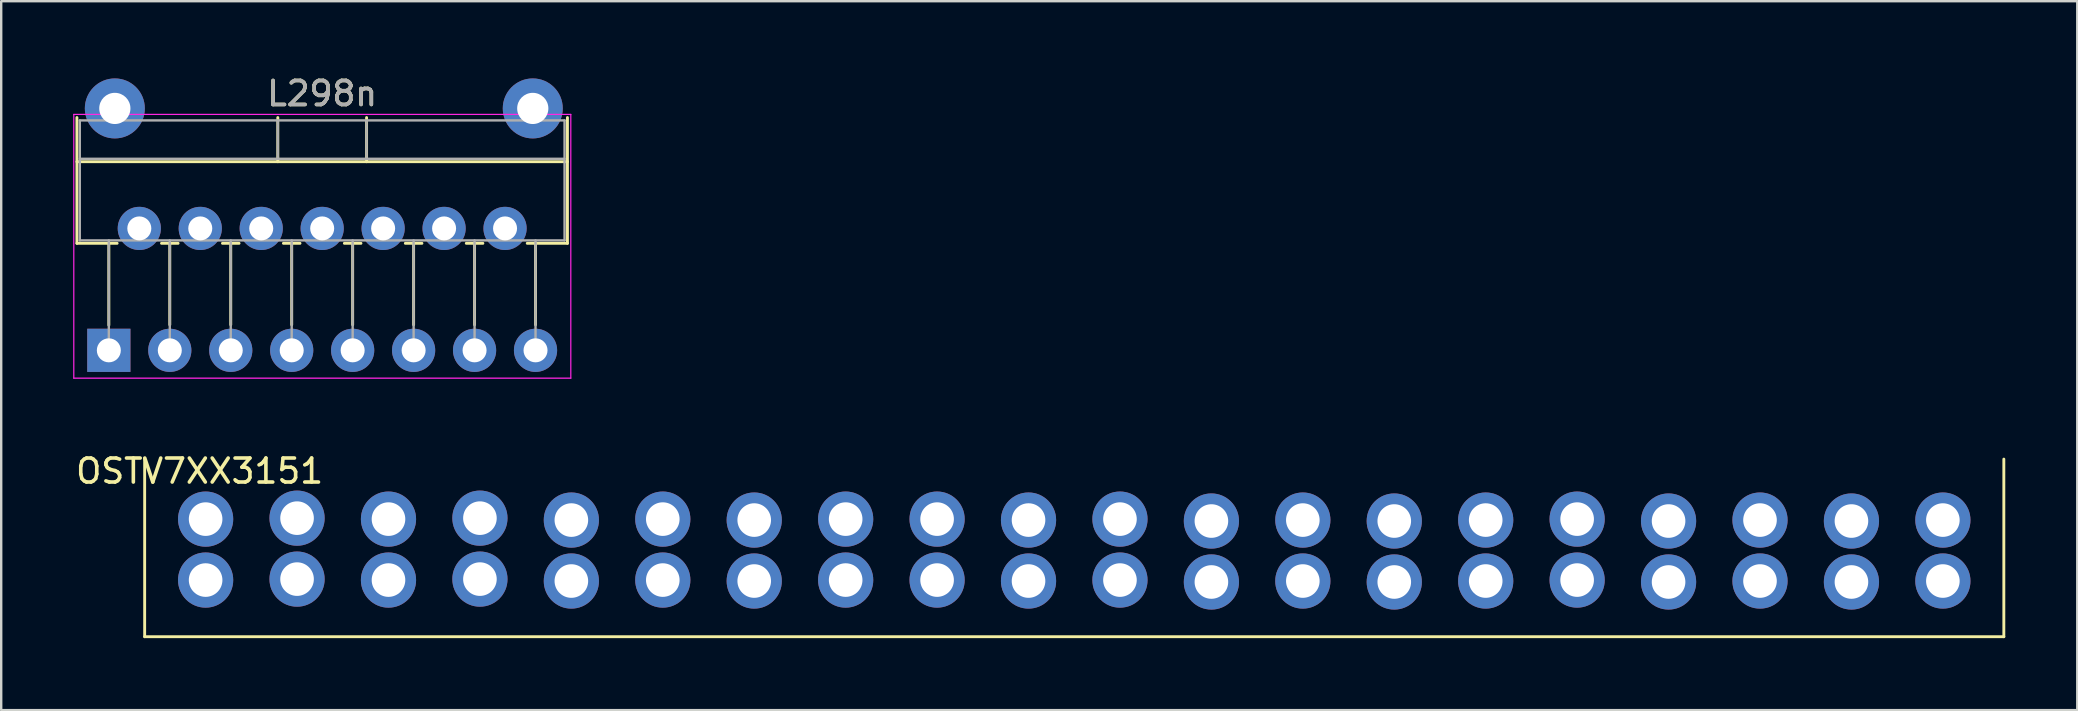
<source format=kicad_pcb>
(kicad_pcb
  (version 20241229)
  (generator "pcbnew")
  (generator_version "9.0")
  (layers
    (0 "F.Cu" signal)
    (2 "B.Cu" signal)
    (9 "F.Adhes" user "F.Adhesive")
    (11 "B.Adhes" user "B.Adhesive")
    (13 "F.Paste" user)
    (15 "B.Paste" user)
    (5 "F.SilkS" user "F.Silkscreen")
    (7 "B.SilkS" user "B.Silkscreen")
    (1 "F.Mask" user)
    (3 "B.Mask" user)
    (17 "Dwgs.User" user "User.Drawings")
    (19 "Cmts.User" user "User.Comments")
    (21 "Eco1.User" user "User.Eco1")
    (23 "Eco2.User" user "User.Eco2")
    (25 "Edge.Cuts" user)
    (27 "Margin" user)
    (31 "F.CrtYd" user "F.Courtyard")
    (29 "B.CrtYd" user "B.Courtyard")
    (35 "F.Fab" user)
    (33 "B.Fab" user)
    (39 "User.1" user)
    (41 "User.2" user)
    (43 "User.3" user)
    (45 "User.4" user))
  (footprint "L298n"
    (layer "F.Cu")
    (at 1.485 11.548)
    (property "Reference" "L298n" (at 8.89 -10.7 0) (layer "F.SilkS") (effects (font (size 1 1) (thickness 0.15))))
    (attr through_hole)
    (fp_line (start -1.33 -9.7) (end -1.33 -4.459) (stroke (width 0.12) (type solid)) (layer "F.SilkS"))
    (fp_line (start -1.33 -7.86) (end 19.11 -7.86) (stroke (width 0.12) (type solid)) (layer "F.SilkS"))
    (fp_line (start -1.33 -4.459) (end 0.346 -4.459) (stroke (width 0.12) (type solid)) (layer "F.SilkS"))
    (fp_line (start 0 -4.459) (end 0 -1.05) (stroke (width 0.12) (type solid)) (layer "F.SilkS"))
    (fp_line (start 2.195 -4.459) (end 2.886 -4.459) (stroke (width 0.12) (type solid)) (layer "F.SilkS"))
    (fp_line (start 2.54 -4.459) (end 2.54 -1.065) (stroke (width 0.12) (type solid)) (layer "F.SilkS"))
    (fp_line (start 4.735 -4.459) (end 5.426 -4.459) (stroke (width 0.12) (type solid)) (layer "F.SilkS"))
    (fp_line (start 5.08 -4.459) (end 5.08 -1.065) (stroke (width 0.12) (type solid)) (layer "F.SilkS"))
    (fp_line (start 7.041 -9.7) (end 7.041 -7.86) (stroke (width 0.12) (type solid)) (layer "F.SilkS"))
    (fp_line (start 7.275 -4.459) (end 7.966 -4.459) (stroke (width 0.12) (type solid)) (layer "F.SilkS"))
    (fp_line (start 7.62 -4.459) (end 7.62 -1.065) (stroke (width 0.12) (type solid)) (layer "F.SilkS"))
    (fp_line (start 9.815 -4.459) (end 10.506 -4.459) (stroke (width 0.12) (type solid)) (layer "F.SilkS"))
    (fp_line (start 10.16 -4.459) (end 10.16 -1.065) (stroke (width 0.12) (type solid)) (layer "F.SilkS"))
    (fp_line (start 10.74 -9.7) (end 10.74 -7.86) (stroke (width 0.12) (type solid)) (layer "F.SilkS"))
    (fp_line (start 12.355 -4.459) (end 13.046 -4.459) (stroke (width 0.12) (type solid)) (layer "F.SilkS"))
    (fp_line (start 12.7 -4.459) (end 12.7 -1.065) (stroke (width 0.12) (type solid)) (layer "F.SilkS"))
    (fp_line (start 14.895 -4.459) (end 15.586 -4.459) (stroke (width 0.12) (type solid)) (layer "F.SilkS"))
    (fp_line (start 15.24 -4.459) (end 15.24 -1.065) (stroke (width 0.12) (type solid)) (layer "F.SilkS"))
    (fp_line (start 17.435 -4.459) (end 19.11 -4.459) (stroke (width 0.12) (type solid)) (layer "F.SilkS"))
    (fp_line (start 17.78 -4.459) (end 17.78 -1.065) (stroke (width 0.12) (type solid)) (layer "F.SilkS"))
    (fp_line (start 19.11 -9.7) (end 19.11 -4.459) (stroke (width 0.12) (type solid)) (layer "F.SilkS"))
    (fp_line (start -1.46 -9.83) (end -1.46 1.16) (stroke (width 0.05) (type solid)) (layer "F.CrtYd"))
    (fp_line (start -1.46 1.16) (end 19.25 1.16) (stroke (width 0.05) (type solid)) (layer "F.CrtYd"))
    (fp_line (start 19.25 -9.83) (end -1.46 -9.83) (stroke (width 0.05) (type solid)) (layer "F.CrtYd"))
    (fp_line (start 19.25 1.16) (end 19.25 -9.83) (stroke (width 0.05) (type solid)) (layer "F.CrtYd"))
    (fp_line (start -1.21 -9.58) (end -1.21 -4.58) (stroke (width 0.1) (type solid)) (layer "F.Fab"))
    (fp_line (start -1.21 -7.98) (end 18.99 -7.98) (stroke (width 0.1) (type solid)) (layer "F.Fab"))
    (fp_line (start -1.21 -4.58) (end 18.99 -4.58) (stroke (width 0.1) (type solid)) (layer "F.Fab"))
    (fp_line (start 0 -4.58) (end 0 0) (stroke (width 0.1) (type solid)) (layer "F.Fab"))
    (fp_line (start 2.54 -4.58) (end 2.54 0) (stroke (width 0.1) (type solid)) (layer "F.Fab"))
    (fp_line (start 5.08 -4.58) (end 5.08 0) (stroke (width 0.1) (type solid)) (layer "F.Fab"))
    (fp_line (start 7.04 -9.58) (end 7.04 -7.98) (stroke (width 0.1) (type solid)) (layer "F.Fab"))
    (fp_line (start 7.62 -4.58) (end 7.62 0) (stroke (width 0.1) (type solid)) (layer "F.Fab"))
    (fp_line (start 10.16 -4.58) (end 10.16 0) (stroke (width 0.1) (type solid)) (layer "F.Fab"))
    (fp_line (start 10.74 -9.58) (end 10.74 -7.98) (stroke (width 0.1) (type solid)) (layer "F.Fab"))
    (fp_line (start 12.7 -4.58) (end 12.7 0) (stroke (width 0.1) (type solid)) (layer "F.Fab"))
    (fp_line (start 15.24 -4.58) (end 15.24 0) (stroke (width 0.1) (type solid)) (layer "F.Fab"))
    (fp_line (start 17.78 -4.58) (end 17.78 0) (stroke (width 0.1) (type solid)) (layer "F.Fab"))
    (fp_line (start 18.99 -9.58) (end -1.21 -9.58) (stroke (width 0.1) (type solid)) (layer "F.Fab"))
    (fp_line (start 18.99 -4.58) (end 18.99 -9.58) (stroke (width 0.1) (type solid)) (layer "F.Fab"))
    (fp_text user "${REFERENCE}" (at 8.89 -10.7 0) (layer "F.Fab") (effects (font (size 1 1) (thickness 0.15))))
    (pad "1" thru_hole rect (at 0 0) (size 1.8 1.8) (drill 1) (layers "*.Cu" "*.Mask"))
    (pad "2" thru_hole oval (at 1.27 -5.08) (size 1.8 1.8) (drill 1) (layers "*.Cu" "*.Mask"))
    (pad "3" thru_hole oval (at 2.54 0) (size 1.8 1.8) (drill 1) (layers "*.Cu" "*.Mask"))
    (pad "4" thru_hole oval (at 3.81 -5.08) (size 1.8 1.8) (drill 1) (layers "*.Cu" "*.Mask"))
    (pad "5" thru_hole oval (at 5.08 0) (size 1.8 1.8) (drill 1) (layers "*.Cu" "*.Mask"))
    (pad "6" thru_hole oval (at 6.35 -5.08) (size 1.8 1.8) (drill 1) (layers "*.Cu" "*.Mask"))
    (pad "7" thru_hole oval (at 7.62 0) (size 1.8 1.8) (drill 1) (layers "*.Cu" "*.Mask"))
    (pad "8" thru_hole circle (at 0.25 -10.08) (size 2.5 2.5) (drill 1.3) (layers "*.Cu" "*.Mask"))
    (pad "8" thru_hole oval (at 8.89 -5.08) (size 1.8 1.8) (drill 1) (layers "*.Cu" "*.Mask"))
    (pad "8" thru_hole circle (at 17.665 -10.08) (size 2.5 2.5) (drill 1.3) (layers "*.Cu" "*.Mask"))
    (pad "9" thru_hole oval (at 10.16 0) (size 1.8 1.8) (drill 1) (layers "*.Cu" "*.Mask"))
    (pad "10" thru_hole oval (at 11.43 -5.08) (size 1.8 1.8) (drill 1) (layers "*.Cu" "*.Mask"))
    (pad "11" thru_hole oval (at 12.7 0) (size 1.8 1.8) (drill 1) (layers "*.Cu" "*.Mask"))
    (pad "12" thru_hole oval (at 13.97 -5.08) (size 1.8 1.8) (drill 1) (layers "*.Cu" "*.Mask"))
    (pad "13" thru_hole oval (at 15.24 0) (size 1.8 1.8) (drill 1) (layers "*.Cu" "*.Mask"))
    (pad "14" thru_hole oval (at 16.51 -5.08) (size 1.8 1.8) (drill 1) (layers "*.Cu" "*.Mask"))
    (pad "15" thru_hole oval (at 17.78 0) (size 1.8 1.8) (drill 1) (layers "*.Cu" "*.Mask")))
  (footprint "OSTV7XX3151"
    (layer "F.Cu")
    (at 5.518 18.581)
    (property "Reference" "OSTV7XX3151" (at -0.25 -2 0) (unlocked yes) (layer "F.SilkS") (effects (font (size 1 1) (thickness 0.15))))
    (attr through_hole)
    (fp_line (start -2.54 -2.5) (end -2.54 4.9) (stroke (width 0.12) (type solid)) (layer "F.SilkS"))
    (fp_line (start -2.54 4.9) (end 74.93 4.9) (stroke (width 0.12) (type solid)) (layer "F.SilkS"))
    (fp_line (start 74.93 4.9) (end 74.93 -2.5) (stroke (width 0.12) (type solid)) (layer "F.SilkS"))
    (pad "1" thru_hole circle (at 0 0) (size 2.3 2.3) (drill 1.4) (layers "*.Cu" "*.Mask"))
    (pad "1" thru_hole circle (at 0 2.54) (size 2.3 2.3) (drill 1.4) (layers "*.Cu" "*.Mask"))
    (pad "2" thru_hole circle (at 3.81 -0.04) (size 2.3 2.3) (drill 1.4) (layers "*.Cu" "*.Mask"))
    (pad "2" thru_hole circle (at 3.81 2.5) (size 2.3 2.3) (drill 1.4) (layers "*.Cu" "*.Mask"))
    (pad "3" thru_hole circle (at 7.62 0) (size 2.3 2.3) (drill 1.4) (layers "*.Cu" "*.Mask"))
    (pad "3" thru_hole circle (at 7.62 2.54) (size 2.3 2.3) (drill 1.4) (layers "*.Cu" "*.Mask"))
    (pad "4" thru_hole circle (at 11.43 -0.04) (size 2.3 2.3) (drill 1.4) (layers "*.Cu" "*.Mask"))
    (pad "4" thru_hole circle (at 11.43 2.5) (size 2.3 2.3) (drill 1.4) (layers "*.Cu" "*.Mask"))
    (pad "5" thru_hole circle (at 15.24 0.04) (size 2.3 2.3) (drill 1.4) (layers "*.Cu" "*.Mask"))
    (pad "5" thru_hole circle (at 15.24 2.58) (size 2.3 2.3) (drill 1.4) (layers "*.Cu" "*.Mask"))
    (pad "6" thru_hole circle (at 19.05 0) (size 2.3 2.3) (drill 1.4) (layers "*.Cu" "*.Mask"))
    (pad "6" thru_hole circle (at 19.05 2.54) (size 2.3 2.3) (drill 1.4) (layers "*.Cu" "*.Mask"))
    (pad "7" thru_hole circle (at 22.86 0.04) (size 2.3 2.3) (drill 1.4) (layers "*.Cu" "*.Mask"))
    (pad "7" thru_hole circle (at 22.86 2.58) (size 2.3 2.3) (drill 1.4) (layers "*.Cu" "*.Mask"))
    (pad "8" thru_hole circle (at 26.67 0) (size 2.3 2.3) (drill 1.4) (layers "*.Cu" "*.Mask"))
    (pad "8" thru_hole circle (at 26.67 2.54) (size 2.3 2.3) (drill 1.4) (layers "*.Cu" "*.Mask"))
    (pad "9" thru_hole circle (at 30.48 0) (size 2.3 2.3) (drill 1.4) (layers "*.Cu" "*.Mask"))
    (pad "9" thru_hole circle (at 30.48 2.54) (size 2.3 2.3) (drill 1.4) (layers "*.Cu" "*.Mask"))
    (pad "10" thru_hole circle (at 34.29 0.04) (size 2.3 2.3) (drill 1.4) (layers "*.Cu" "*.Mask"))
    (pad "10" thru_hole circle (at 34.29 2.58) (size 2.3 2.3) (drill 1.4) (layers "*.Cu" "*.Mask"))
    (pad "11" thru_hole circle (at 38.1 0) (size 2.3 2.3) (drill 1.4) (layers "*.Cu" "*.Mask"))
    (pad "11" thru_hole circle (at 38.1 2.54) (size 2.3 2.3) (drill 1.4) (layers "*.Cu" "*.Mask"))
    (pad "12" thru_hole circle (at 41.91 0.08) (size 2.3 2.3) (drill 1.4) (layers "*.Cu" "*.Mask"))
    (pad "12" thru_hole circle (at 41.91 2.62) (size 2.3 2.3) (drill 1.4) (layers "*.Cu" "*.Mask"))
    (pad "13" thru_hole circle (at 45.72 0.04) (size 2.3 2.3) (drill 1.4) (layers "*.Cu" "*.Mask"))
    (pad "13" thru_hole circle (at 45.72 2.58) (size 2.3 2.3) (drill 1.4) (layers "*.Cu" "*.Mask"))
    (pad "14" thru_hole circle (at 49.53 0.08) (size 2.3 2.3) (drill 1.4) (layers "*.Cu" "*.Mask"))
    (pad "14" thru_hole circle (at 49.53 2.62) (size 2.3 2.3) (drill 1.4) (layers "*.Cu" "*.Mask"))
    (pad "15" thru_hole circle (at 53.34 0.04) (size 2.3 2.3) (drill 1.4) (layers "*.Cu" "*.Mask"))
    (pad "15" thru_hole circle (at 53.34 2.58) (size 2.3 2.3) (drill 1.4) (layers "*.Cu" "*.Mask"))
    (pad "16" thru_hole circle (at 57.15 0) (size 2.3 2.3) (drill 1.4) (layers "*.Cu" "*.Mask"))
    (pad "16" thru_hole circle (at 57.15 2.54) (size 2.3 2.3) (drill 1.4) (layers "*.Cu" "*.Mask"))
    (pad "17" thru_hole circle (at 60.96 0.08) (size 2.3 2.3) (drill 1.4) (layers "*.Cu" "*.Mask"))
    (pad "17" thru_hole circle (at 60.96 2.62) (size 2.3 2.3) (drill 1.4) (layers "*.Cu" "*.Mask"))
    (pad "18" thru_hole circle (at 64.77 0.04) (size 2.3 2.3) (drill 1.4) (layers "*.Cu" "*.Mask"))
    (pad "18" thru_hole circle (at 64.77 2.58) (size 2.3 2.3) (drill 1.4) (layers "*.Cu" "*.Mask"))
    (pad "19" thru_hole circle (at 68.58 0.08) (size 2.3 2.3) (drill 1.4) (layers "*.Cu" "*.Mask"))
    (pad "19" thru_hole circle (at 68.58 2.62) (size 2.3 2.3) (drill 1.4) (layers "*.Cu" "*.Mask"))
    (pad "20" thru_hole circle (at 72.39 0.04) (size 2.3 2.3) (drill 1.4) (layers "*.Cu" "*.Mask"))
    (pad "20" thru_hole circle (at 72.39 2.58) (size 2.3 2.3) (drill 1.4) (layers "*.Cu" "*.Mask")))
  (gr_rect
    (start -3 -3)
    (end 83.508 26.541)
    (stroke (width 0.1) (type default))
    (fill no)
    (layer "Edge.Cuts")))
</source>
